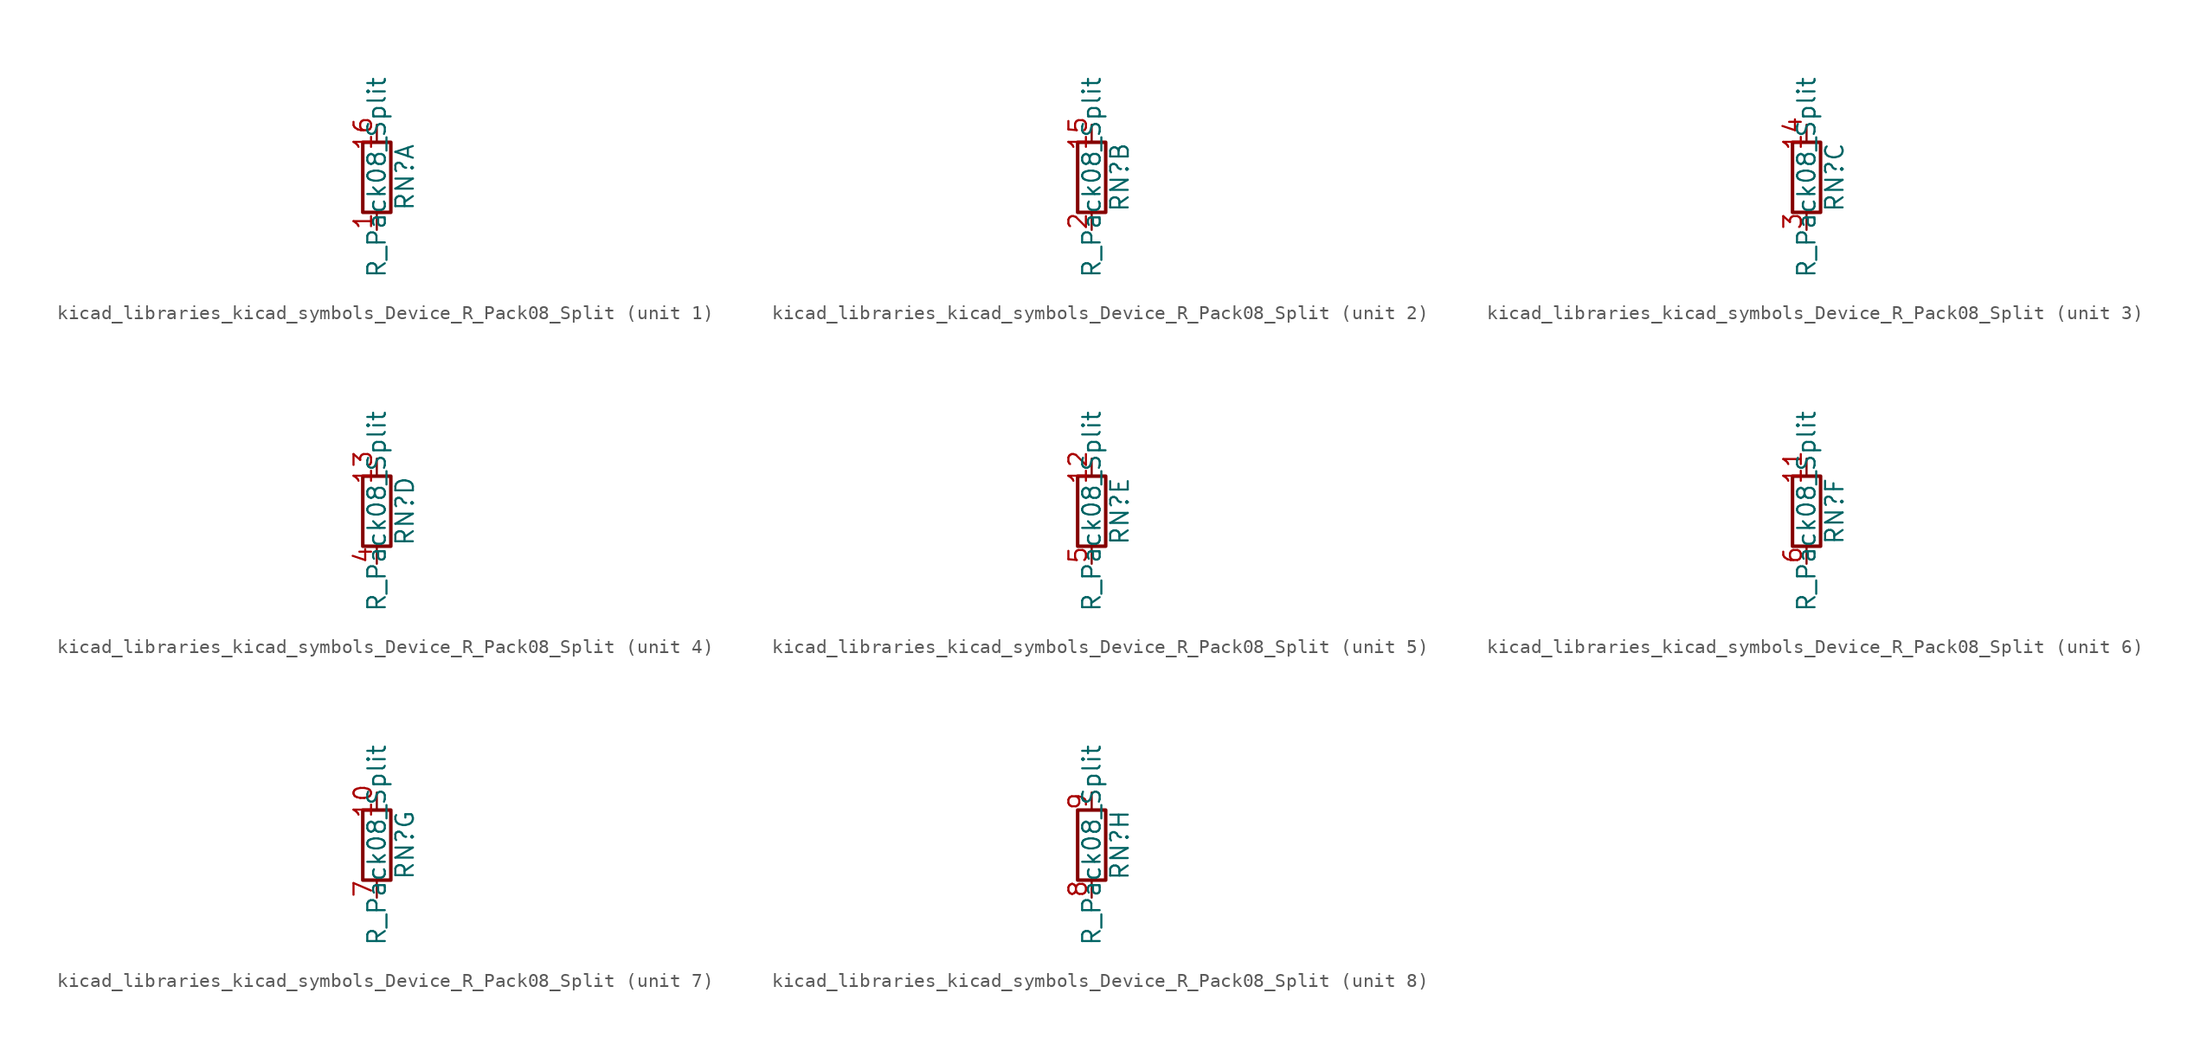
<source format=kicad_sym>
(kicad_symbol_lib
  (version 20220914)
  (generator kicad_symbol_editor)
  (symbol "kicad_libraries_kicad_symbols_Device_R_Pack08_Split"
    (pin_names
      (offset 0) hide)
    (property "Reference" "RN"
      (at 2.032 0 90)
      (effects (font (size 1.27 1.27))))
    (property "Value" "R_Pack08_Split"
      (at 0 0 90)
      (effects (font (size 1.27 1.27))))
    (symbol "kicad_libraries_kicad_symbols_Device_R_Pack08_Split_0_1"
      (rectangle (start 1.016 2.54) (end -1.016 -2.54) (stroke (width 0.254) (type default)) (fill (type none))))
    (symbol "kicad_libraries_kicad_symbols_Device_R_Pack08_Split_1_1"
      (pin passive line (at 0 -3.81 90) (length 1.27) (name "R1.1" (effects (font (size 1.27 1.27)))) (number "1" (effects (font (size 1.27 1.27)))))
      (pin passive line (at 0 3.81 270) (length 1.27) (name "R1.2" (effects (font (size 1.27 1.27)))) (number "16" (effects (font (size 1.27 1.27))))))
    (symbol "kicad_libraries_kicad_symbols_Device_R_Pack08_Split_2_1"
      (pin passive line (at 0 3.81 270) (length 1.27) (name "R2.2" (effects (font (size 1.27 1.27)))) (number "15" (effects (font (size 1.27 1.27)))))
      (pin passive line (at 0 -3.81 90) (length 1.27) (name "R2.1" (effects (font (size 1.27 1.27)))) (number "2" (effects (font (size 1.27 1.27))))))
    (symbol "kicad_libraries_kicad_symbols_Device_R_Pack08_Split_3_1"
      (pin passive line (at 0 3.81 270) (length 1.27) (name "R3.2" (effects (font (size 1.27 1.27)))) (number "14" (effects (font (size 1.27 1.27)))))
      (pin passive line (at 0 -3.81 90) (length 1.27) (name "R3.1" (effects (font (size 1.27 1.27)))) (number "3" (effects (font (size 1.27 1.27))))))
    (symbol "kicad_libraries_kicad_symbols_Device_R_Pack08_Split_4_1"
      (pin passive line (at 0 3.81 270) (length 1.27) (name "R4.2" (effects (font (size 1.27 1.27)))) (number "13" (effects (font (size 1.27 1.27)))))
      (pin passive line (at 0 -3.81 90) (length 1.27) (name "R4.1" (effects (font (size 1.27 1.27)))) (number "4" (effects (font (size 1.27 1.27))))))
    (symbol "kicad_libraries_kicad_symbols_Device_R_Pack08_Split_5_1"
      (pin passive line (at 0 3.81 270) (length 1.27) (name "R5.2" (effects (font (size 1.27 1.27)))) (number "12" (effects (font (size 1.27 1.27)))))
      (pin passive line (at 0 -3.81 90) (length 1.27) (name "R5.1" (effects (font (size 1.27 1.27)))) (number "5" (effects (font (size 1.27 1.27))))))
    (symbol "kicad_libraries_kicad_symbols_Device_R_Pack08_Split_6_1"
      (pin passive line (at 0 3.81 270) (length 1.27) (name "R6.2" (effects (font (size 1.27 1.27)))) (number "11" (effects (font (size 1.27 1.27)))))
      (pin passive line (at 0 -3.81 90) (length 1.27) (name "R6.1" (effects (font (size 1.27 1.27)))) (number "6" (effects (font (size 1.27 1.27))))))
    (symbol "kicad_libraries_kicad_symbols_Device_R_Pack08_Split_7_1"
      (pin passive line (at 0 3.81 270) (length 1.27) (name "R7.2" (effects (font (size 1.27 1.27)))) (number "10" (effects (font (size 1.27 1.27)))))
      (pin passive line (at 0 -3.81 90) (length 1.27) (name "R7.1" (effects (font (size 1.27 1.27)))) (number "7" (effects (font (size 1.27 1.27))))))
    (symbol "kicad_libraries_kicad_symbols_Device_R_Pack08_Split_8_1"
      (pin passive line (at 0 -3.81 90) (length 1.27) (name "R8.1" (effects (font (size 1.27 1.27)))) (number "8" (effects (font (size 1.27 1.27)))))
      (pin passive line (at 0 3.81 270) (length 1.27) (name "R8.2" (effects (font (size 1.27 1.27)))) (number "9" (effects (font (size 1.27 1.27))))))))
</source>
